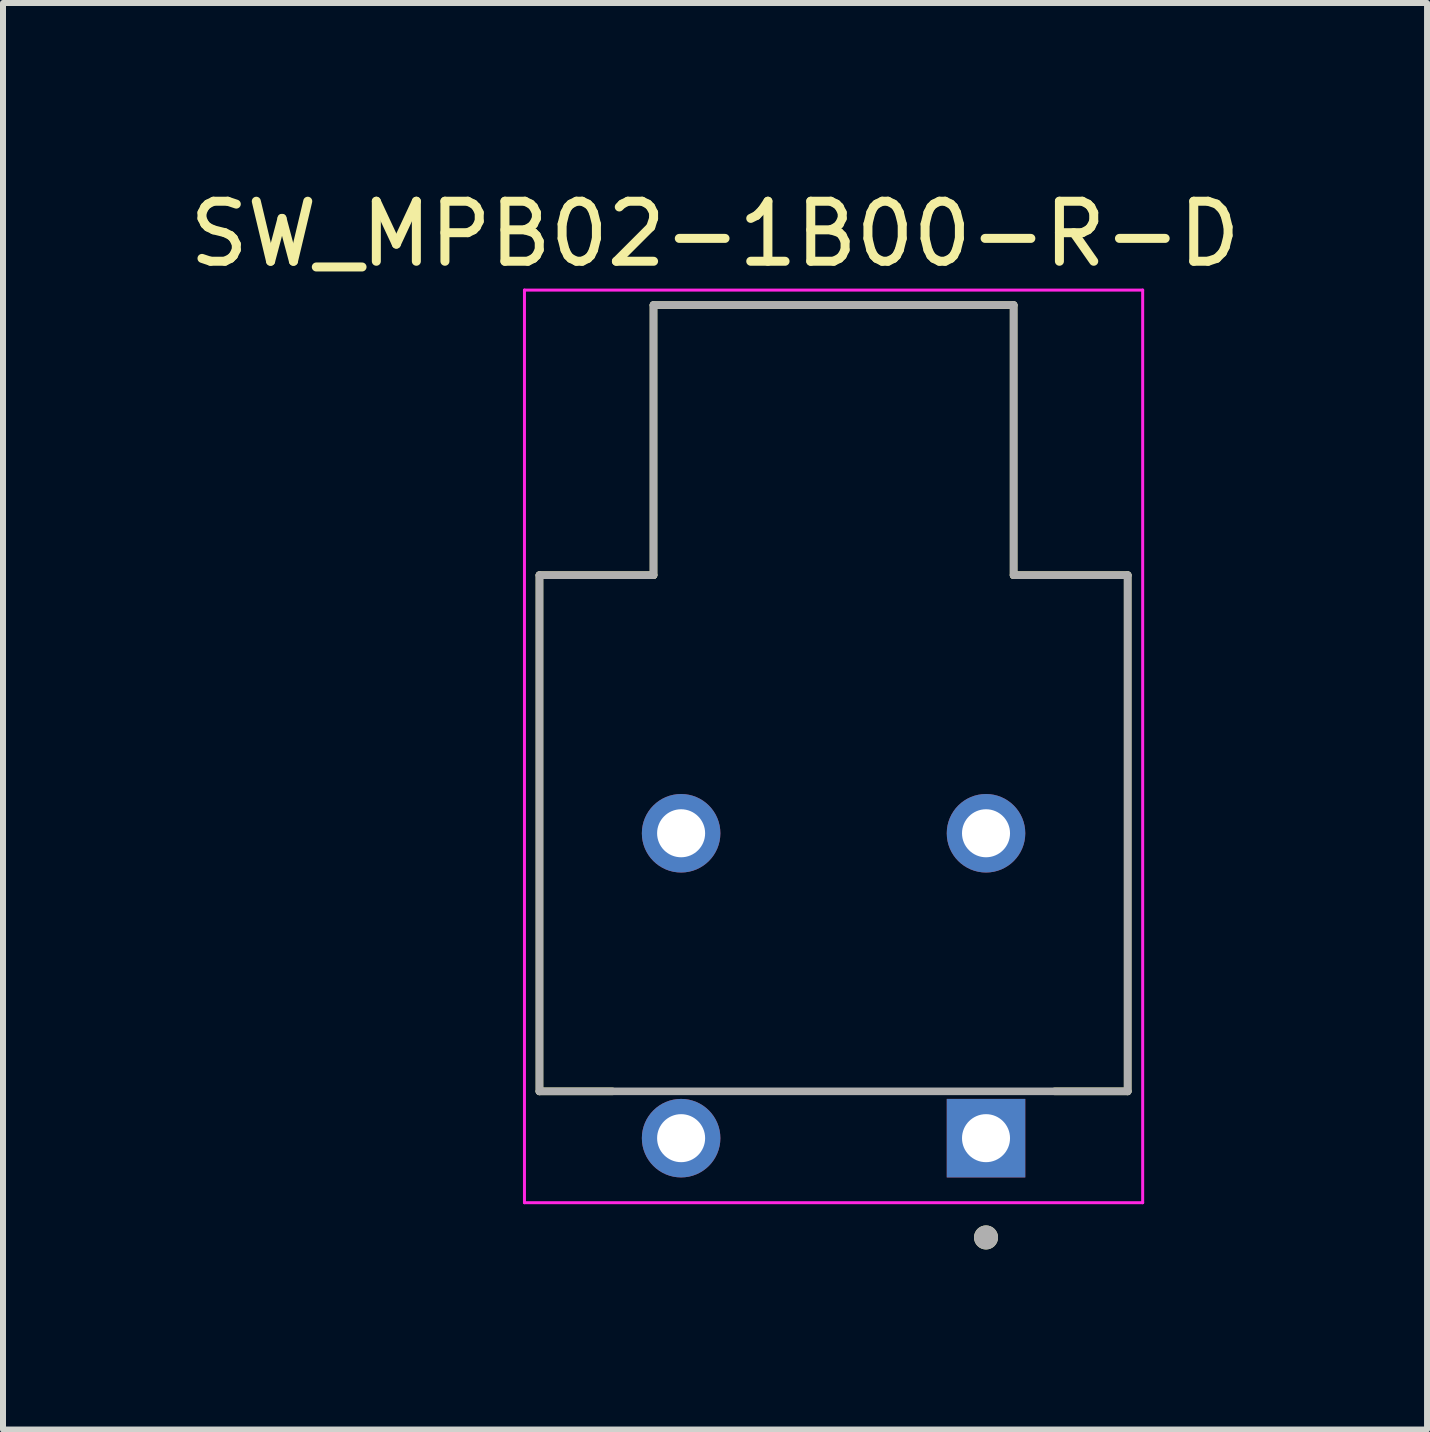
<source format=kicad_pcb>
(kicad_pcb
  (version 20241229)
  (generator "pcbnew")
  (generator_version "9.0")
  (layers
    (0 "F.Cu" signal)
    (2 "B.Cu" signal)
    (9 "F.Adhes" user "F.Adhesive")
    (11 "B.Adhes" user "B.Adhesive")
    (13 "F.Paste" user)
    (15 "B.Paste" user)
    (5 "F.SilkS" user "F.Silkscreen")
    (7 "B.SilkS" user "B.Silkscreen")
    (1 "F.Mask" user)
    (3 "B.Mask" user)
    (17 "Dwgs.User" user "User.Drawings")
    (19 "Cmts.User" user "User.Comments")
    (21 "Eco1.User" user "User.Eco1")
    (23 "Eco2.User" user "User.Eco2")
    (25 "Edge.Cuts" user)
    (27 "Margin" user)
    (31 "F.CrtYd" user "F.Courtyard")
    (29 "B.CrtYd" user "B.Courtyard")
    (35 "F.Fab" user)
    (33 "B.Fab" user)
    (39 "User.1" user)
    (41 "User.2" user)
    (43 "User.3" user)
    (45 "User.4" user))
  (footprint "SW_MPB02-1B00-R-D"
    (layer "F.Cu")
    (at 10.838 13.373)
    (property "Reference" "SW_MPB02-1B00-R-D" (at -1.975 -12.525 0) (layer "F.SilkS") (effects (font (size 1 1) (thickness 0.15))))
    (attr through_hole)
    (fp_line (start -4.9 -6.84) (end -4.9 1.76) (stroke (width 0.127) (type solid)) (layer "F.SilkS"))
    (fp_line (start -4.9 1.76) (end -3.685 1.76) (stroke (width 0.127) (type solid)) (layer "F.SilkS"))
    (fp_line (start -3 -11.34) (end -3 -6.84) (stroke (width 0.127) (type solid)) (layer "F.SilkS"))
    (fp_line (start -3 -6.84) (end -4.9 -6.84) (stroke (width 0.127) (type solid)) (layer "F.SilkS"))
    (fp_line (start 3 -11.34) (end -3 -11.34) (stroke (width 0.127) (type solid)) (layer "F.SilkS"))
    (fp_line (start 3 -6.84) (end 3 -11.34) (stroke (width 0.127) (type solid)) (layer "F.SilkS"))
    (fp_line (start 3.685 1.76) (end 4.9 1.76) (stroke (width 0.127) (type solid)) (layer "F.SilkS"))
    (fp_line (start 4.9 -6.84) (end 3 -6.84) (stroke (width 0.127) (type solid)) (layer "F.SilkS"))
    (fp_line (start 4.9 1.76) (end 4.9 -6.84) (stroke (width 0.127) (type solid)) (layer "F.SilkS"))
    (fp_circle (center 2.54 4.194) (end 2.64 4.194) (stroke (width 0.2) (type solid)) (fill no) (layer "F.SilkS"))
    (fp_line (start -5.15 -11.59) (end -5.15 3.615) (stroke (width 0.05) (type solid)) (layer "F.CrtYd"))
    (fp_line (start -5.15 3.615) (end 5.15 3.615) (stroke (width 0.05) (type solid)) (layer "F.CrtYd"))
    (fp_line (start 5.15 -11.59) (end -5.15 -11.59) (stroke (width 0.05) (type solid)) (layer "F.CrtYd"))
    (fp_line (start 5.15 3.615) (end 5.15 -11.59) (stroke (width 0.05) (type solid)) (layer "F.CrtYd"))
    (fp_line (start -4.9 -6.84) (end -4.9 1.76) (stroke (width 0.127) (type solid)) (layer "F.Fab"))
    (fp_line (start -4.9 1.76) (end 4.9 1.76) (stroke (width 0.127) (type solid)) (layer "F.Fab"))
    (fp_line (start -3 -11.34) (end -3 -6.84) (stroke (width 0.127) (type solid)) (layer "F.Fab"))
    (fp_line (start -3 -6.84) (end -4.9 -6.84) (stroke (width 0.127) (type solid)) (layer "F.Fab"))
    (fp_line (start 3 -11.34) (end -3 -11.34) (stroke (width 0.127) (type solid)) (layer "F.Fab"))
    (fp_line (start 3 -6.84) (end 3 -11.34) (stroke (width 0.127) (type solid)) (layer "F.Fab"))
    (fp_line (start 4.9 -6.84) (end 3 -6.84) (stroke (width 0.127) (type solid)) (layer "F.Fab"))
    (fp_line (start 4.9 1.76) (end 4.9 -6.84) (stroke (width 0.127) (type solid)) (layer "F.Fab"))
    (fp_circle (center 2.54 4.194) (end 2.64 4.194) (stroke (width 0.2) (type solid)) (fill no) (layer "F.Fab"))
    (pad "1" thru_hole rect (at 2.54 2.54) (size 1.308 1.308) (drill 0.8) (layers "*.Cu" "*.Mask"))
    (pad "3" thru_hole circle (at -2.54 2.54) (size 1.308 1.308) (drill 0.8) (layers "*.Cu" "*.Mask"))
    (pad "S1" thru_hole circle (at 2.54 -2.54) (size 1.308 1.308) (drill 0.8) (layers "*.Cu" "*.Mask"))
    (pad "S2" thru_hole circle (at -2.54 -2.54) (size 1.308 1.308) (drill 0.8) (layers "*.Cu" "*.Mask")))
  (gr_rect
    (start -3 -3)
    (end 20.726 20.767)
    (stroke (width 0.1) (type default))
    (fill no)
    (layer "Edge.Cuts")))
</source>
